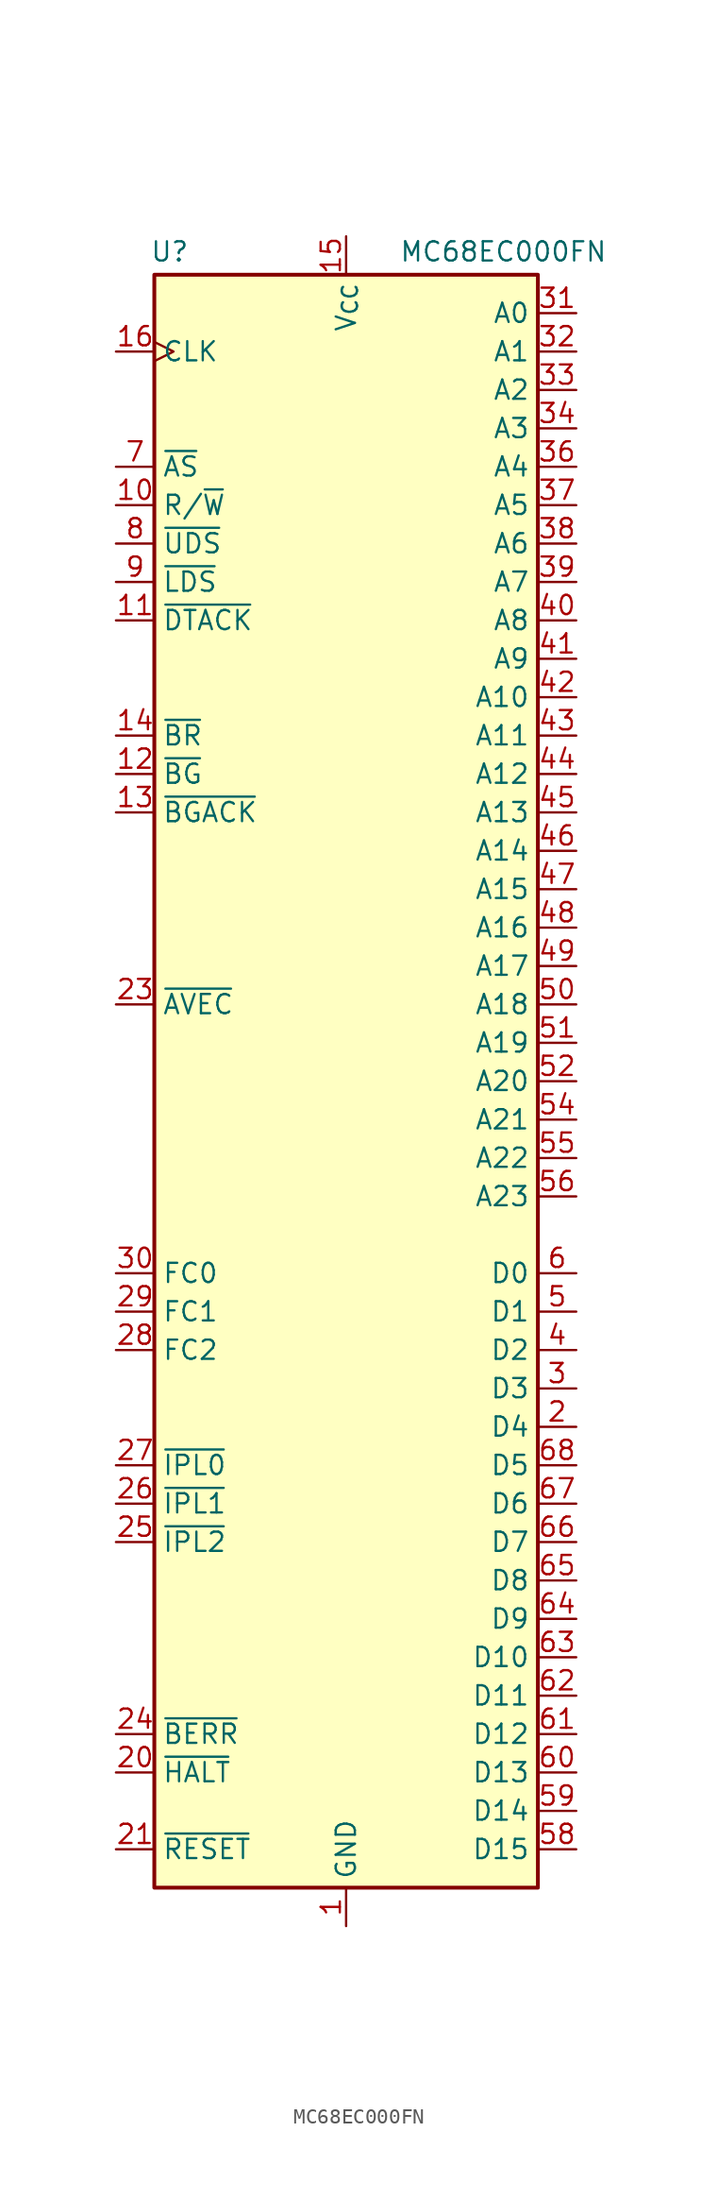
<source format=kicad_sym>
(kicad_symbol_lib
  (version 20241209)
  (generator "kicad_symbol_editor")
  (generator_version "9.0")
  (symbol "MC68EC000FN"
    (property "Reference" "U"
      (at -11.684 57.404 0)
      (effects (font (size 1.27 1.27))))
    (property "Value" "MC68EC000FN"
      (at 10.414 57.404 0)
      (effects (font (size 1.27 1.27))))
    (symbol "MC68EC000FN_0_1"
      (rectangle (start -12.7 55.88) (end 12.7 -50.8) (stroke (width 0.254) (type default)) (fill (type background))))
    (symbol "MC68EC000FN_1_1"
      (pin input clock (at -15.24 50.8 0) (length 2.54) (name "CLK" (effects (font (size 1.27 1.27)))) (number "16" (effects (font (size 1.27 1.27)))))
      (pin tri_state line (at -15.24 43.18 0) (length 2.54) (name "~{AS}" (effects (font (size 1.27 1.27)))) (number "7" (effects (font (size 1.27 1.27)))))
      (pin tri_state line (at -15.24 40.64 0) (length 2.54) (name "R/~{W}" (effects (font (size 1.27 1.27)))) (number "10" (effects (font (size 1.27 1.27)))))
      (pin tri_state line (at -15.24 38.1 0) (length 2.54) (name "~{UDS}" (effects (font (size 1.27 1.27)))) (number "8" (effects (font (size 1.27 1.27)))))
      (pin tri_state line (at -15.24 35.56 0) (length 2.54) (name "~{LDS}" (effects (font (size 1.27 1.27)))) (number "9" (effects (font (size 1.27 1.27)))))
      (pin input line (at -15.24 33.02 0) (length 2.54) (name "~{DTACK}" (effects (font (size 1.27 1.27)))) (number "11" (effects (font (size 1.27 1.27)))))
      (pin input line (at -15.24 25.4 0) (length 2.54) (name "~{BR}" (effects (font (size 1.27 1.27)))) (number "14" (effects (font (size 1.27 1.27)))))
      (pin output line (at -15.24 22.86 0) (length 2.54) (name "~{BG}" (effects (font (size 1.27 1.27)))) (number "12" (effects (font (size 1.27 1.27)))))
      (pin input line (at -15.24 20.32 0) (length 2.54) (name "~{BGACK}" (effects (font (size 1.27 1.27)))) (number "13" (effects (font (size 1.27 1.27)))))
      (pin input line (at -15.24 7.62 0) (length 2.54) (name "~{AVEC}" (effects (font (size 1.27 1.27)))) (number "23" (effects (font (size 1.27 1.27)))))
      (pin tri_state line (at -15.24 -10.16 0) (length 2.54) (name "FC0" (effects (font (size 1.27 1.27)))) (number "30" (effects (font (size 1.27 1.27)))))
      (pin tri_state line (at -15.24 -12.7 0) (length 2.54) (name "FC1" (effects (font (size 1.27 1.27)))) (number "29" (effects (font (size 1.27 1.27)))))
      (pin tri_state line (at -15.24 -15.24 0) (length 2.54) (name "FC2" (effects (font (size 1.27 1.27)))) (number "28" (effects (font (size 1.27 1.27)))))
      (pin input line (at -15.24 -22.86 0) (length 2.54) (name "~{IPL0}" (effects (font (size 1.27 1.27)))) (number "27" (effects (font (size 1.27 1.27)))))
      (pin input line (at -15.24 -25.4 0) (length 2.54) (name "~{IPL1}" (effects (font (size 1.27 1.27)))) (number "26" (effects (font (size 1.27 1.27)))))
      (pin input line (at -15.24 -27.94 0) (length 2.54) (name "~{IPL2}" (effects (font (size 1.27 1.27)))) (number "25" (effects (font (size 1.27 1.27)))))
      (pin input line (at -15.24 -40.64 0) (length 2.54) (name "~{BERR}" (effects (font (size 1.27 1.27)))) (number "24" (effects (font (size 1.27 1.27)))))
      (pin bidirectional line (at -15.24 -43.18 0) (length 2.54) (name "~{HALT}" (effects (font (size 1.27 1.27)))) (number "20" (effects (font (size 1.27 1.27)))))
      (pin bidirectional line (at -15.24 -48.26 0) (length 2.54) (name "~{RESET}" (effects (font (size 1.27 1.27)))) (number "21" (effects (font (size 1.27 1.27)))))
      (pin no_connect line (at -12.7 -2.54 0) (length 2.54) (hide yes) (name "NC" (effects (font (size 1.27 1.27)))) (number "22" (effects (font (size 1.27 1.27)))))
      (pin power_in line (at 0 58.42 270) (length 2.54) (name "V_{CC}" (effects (font (size 1.27 1.27)))) (number "15" (effects (font (size 1.27 1.27)))))
      (pin passive line (at 0 58.42 270) (length 2.54) (hide yes) (name "V_{CC}" (effects (font (size 1.27 1.27)))) (number "53" (effects (font (size 1.27 1.27)))))
      (pin power_in line (at 0 -53.34 90) (length 2.54) (name "GND" (effects (font (size 1.27 1.27)))) (number "1" (effects (font (size 1.27 1.27)))))
      (pin passive line (at 0 -53.34 90) (length 2.54) (hide yes) (name "GND" (effects (font (size 1.27 1.27)))) (number "17" (effects (font (size 1.27 1.27)))))
      (pin passive line (at 0 -53.34 90) (length 2.54) (hide yes) (name "GND" (effects (font (size 1.27 1.27)))) (number "18" (effects (font (size 1.27 1.27)))))
      (pin passive line (at 0 -53.34 90) (length 2.54) (hide yes) (name "GND" (effects (font (size 1.27 1.27)))) (number "35" (effects (font (size 1.27 1.27)))))
      (pin passive line (at 0 -53.34 90) (length 2.54) (hide yes) (name "GND" (effects (font (size 1.27 1.27)))) (number "57" (effects (font (size 1.27 1.27)))))
      (pin tri_state line (at 15.24 53.34 180) (length 2.54) (name "A0" (effects (font (size 1.27 1.27)))) (number "31" (effects (font (size 1.27 1.27)))))
      (pin tri_state line (at 15.24 50.8 180) (length 2.54) (name "A1" (effects (font (size 1.27 1.27)))) (number "32" (effects (font (size 1.27 1.27)))))
      (pin tri_state line (at 15.24 48.26 180) (length 2.54) (name "A2" (effects (font (size 1.27 1.27)))) (number "33" (effects (font (size 1.27 1.27)))))
      (pin tri_state line (at 15.24 45.72 180) (length 2.54) (name "A3" (effects (font (size 1.27 1.27)))) (number "34" (effects (font (size 1.27 1.27)))))
      (pin tri_state line (at 15.24 43.18 180) (length 2.54) (name "A4" (effects (font (size 1.27 1.27)))) (number "36" (effects (font (size 1.27 1.27)))))
      (pin tri_state line (at 15.24 40.64 180) (length 2.54) (name "A5" (effects (font (size 1.27 1.27)))) (number "37" (effects (font (size 1.27 1.27)))))
      (pin tri_state line (at 15.24 38.1 180) (length 2.54) (name "A6" (effects (font (size 1.27 1.27)))) (number "38" (effects (font (size 1.27 1.27)))))
      (pin tri_state line (at 15.24 35.56 180) (length 2.54) (name "A7" (effects (font (size 1.27 1.27)))) (number "39" (effects (font (size 1.27 1.27)))))
      (pin tri_state line (at 15.24 33.02 180) (length 2.54) (name "A8" (effects (font (size 1.27 1.27)))) (number "40" (effects (font (size 1.27 1.27)))))
      (pin tri_state line (at 15.24 30.48 180) (length 2.54) (name "A9" (effects (font (size 1.27 1.27)))) (number "41" (effects (font (size 1.27 1.27)))))
      (pin tri_state line (at 15.24 27.94 180) (length 2.54) (name "A10" (effects (font (size 1.27 1.27)))) (number "42" (effects (font (size 1.27 1.27)))))
      (pin tri_state line (at 15.24 25.4 180) (length 2.54) (name "A11" (effects (font (size 1.27 1.27)))) (number "43" (effects (font (size 1.27 1.27)))))
      (pin tri_state line (at 15.24 22.86 180) (length 2.54) (name "A12" (effects (font (size 1.27 1.27)))) (number "44" (effects (font (size 1.27 1.27)))))
      (pin tri_state line (at 15.24 20.32 180) (length 2.54) (name "A13" (effects (font (size 1.27 1.27)))) (number "45" (effects (font (size 1.27 1.27)))))
      (pin tri_state line (at 15.24 17.78 180) (length 2.54) (name "A14" (effects (font (size 1.27 1.27)))) (number "46" (effects (font (size 1.27 1.27)))))
      (pin tri_state line (at 15.24 15.24 180) (length 2.54) (name "A15" (effects (font (size 1.27 1.27)))) (number "47" (effects (font (size 1.27 1.27)))))
      (pin tri_state line (at 15.24 12.7 180) (length 2.54) (name "A16" (effects (font (size 1.27 1.27)))) (number "48" (effects (font (size 1.27 1.27)))))
      (pin tri_state line (at 15.24 10.16 180) (length 2.54) (name "A17" (effects (font (size 1.27 1.27)))) (number "49" (effects (font (size 1.27 1.27)))))
      (pin tri_state line (at 15.24 7.62 180) (length 2.54) (name "A18" (effects (font (size 1.27 1.27)))) (number "50" (effects (font (size 1.27 1.27)))))
      (pin tri_state line (at 15.24 5.08 180) (length 2.54) (name "A19" (effects (font (size 1.27 1.27)))) (number "51" (effects (font (size 1.27 1.27)))))
      (pin tri_state line (at 15.24 2.54 180) (length 2.54) (name "A20" (effects (font (size 1.27 1.27)))) (number "52" (effects (font (size 1.27 1.27)))))
      (pin tri_state line (at 15.24 0 180) (length 2.54) (name "A21" (effects (font (size 1.27 1.27)))) (number "54" (effects (font (size 1.27 1.27)))))
      (pin tri_state line (at 15.24 -2.54 180) (length 2.54) (name "A22" (effects (font (size 1.27 1.27)))) (number "55" (effects (font (size 1.27 1.27)))))
      (pin tri_state line (at 15.24 -5.08 180) (length 2.54) (name "A23" (effects (font (size 1.27 1.27)))) (number "56" (effects (font (size 1.27 1.27)))))
      (pin bidirectional line (at 15.24 -10.16 180) (length 2.54) (name "D0" (effects (font (size 1.27 1.27)))) (number "6" (effects (font (size 1.27 1.27)))))
      (pin bidirectional line (at 15.24 -12.7 180) (length 2.54) (name "D1" (effects (font (size 1.27 1.27)))) (number "5" (effects (font (size 1.27 1.27)))))
      (pin bidirectional line (at 15.24 -15.24 180) (length 2.54) (name "D2" (effects (font (size 1.27 1.27)))) (number "4" (effects (font (size 1.27 1.27)))))
      (pin bidirectional line (at 15.24 -17.78 180) (length 2.54) (name "D3" (effects (font (size 1.27 1.27)))) (number "3" (effects (font (size 1.27 1.27)))))
      (pin bidirectional line (at 15.24 -20.32 180) (length 2.54) (name "D4" (effects (font (size 1.27 1.27)))) (number "2" (effects (font (size 1.27 1.27)))))
      (pin bidirectional line (at 15.24 -22.86 180) (length 2.54) (name "D5" (effects (font (size 1.27 1.27)))) (number "68" (effects (font (size 1.27 1.27)))))
      (pin bidirectional line (at 15.24 -25.4 180) (length 2.54) (name "D6" (effects (font (size 1.27 1.27)))) (number "67" (effects (font (size 1.27 1.27)))))
      (pin bidirectional line (at 15.24 -27.94 180) (length 2.54) (name "D7" (effects (font (size 1.27 1.27)))) (number "66" (effects (font (size 1.27 1.27)))))
      (pin bidirectional line (at 15.24 -30.48 180) (length 2.54) (name "D8" (effects (font (size 1.27 1.27)))) (number "65" (effects (font (size 1.27 1.27)))))
      (pin bidirectional line (at 15.24 -33.02 180) (length 2.54) (name "D9" (effects (font (size 1.27 1.27)))) (number "64" (effects (font (size 1.27 1.27)))))
      (pin bidirectional line (at 15.24 -35.56 180) (length 2.54) (name "D10" (effects (font (size 1.27 1.27)))) (number "63" (effects (font (size 1.27 1.27)))))
      (pin bidirectional line (at 15.24 -38.1 180) (length 2.54) (name "D11" (effects (font (size 1.27 1.27)))) (number "62" (effects (font (size 1.27 1.27)))))
      (pin bidirectional line (at 15.24 -40.64 180) (length 2.54) (name "D12" (effects (font (size 1.27 1.27)))) (number "61" (effects (font (size 1.27 1.27)))))
      (pin bidirectional line (at 15.24 -43.18 180) (length 2.54) (name "D13" (effects (font (size 1.27 1.27)))) (number "60" (effects (font (size 1.27 1.27)))))
      (pin bidirectional line (at 15.24 -45.72 180) (length 2.54) (name "D14" (effects (font (size 1.27 1.27)))) (number "59" (effects (font (size 1.27 1.27)))))
      (pin bidirectional line (at 15.24 -48.26 180) (length 2.54) (name "D15" (effects (font (size 1.27 1.27)))) (number "58" (effects (font (size 1.27 1.27))))))))
</source>
